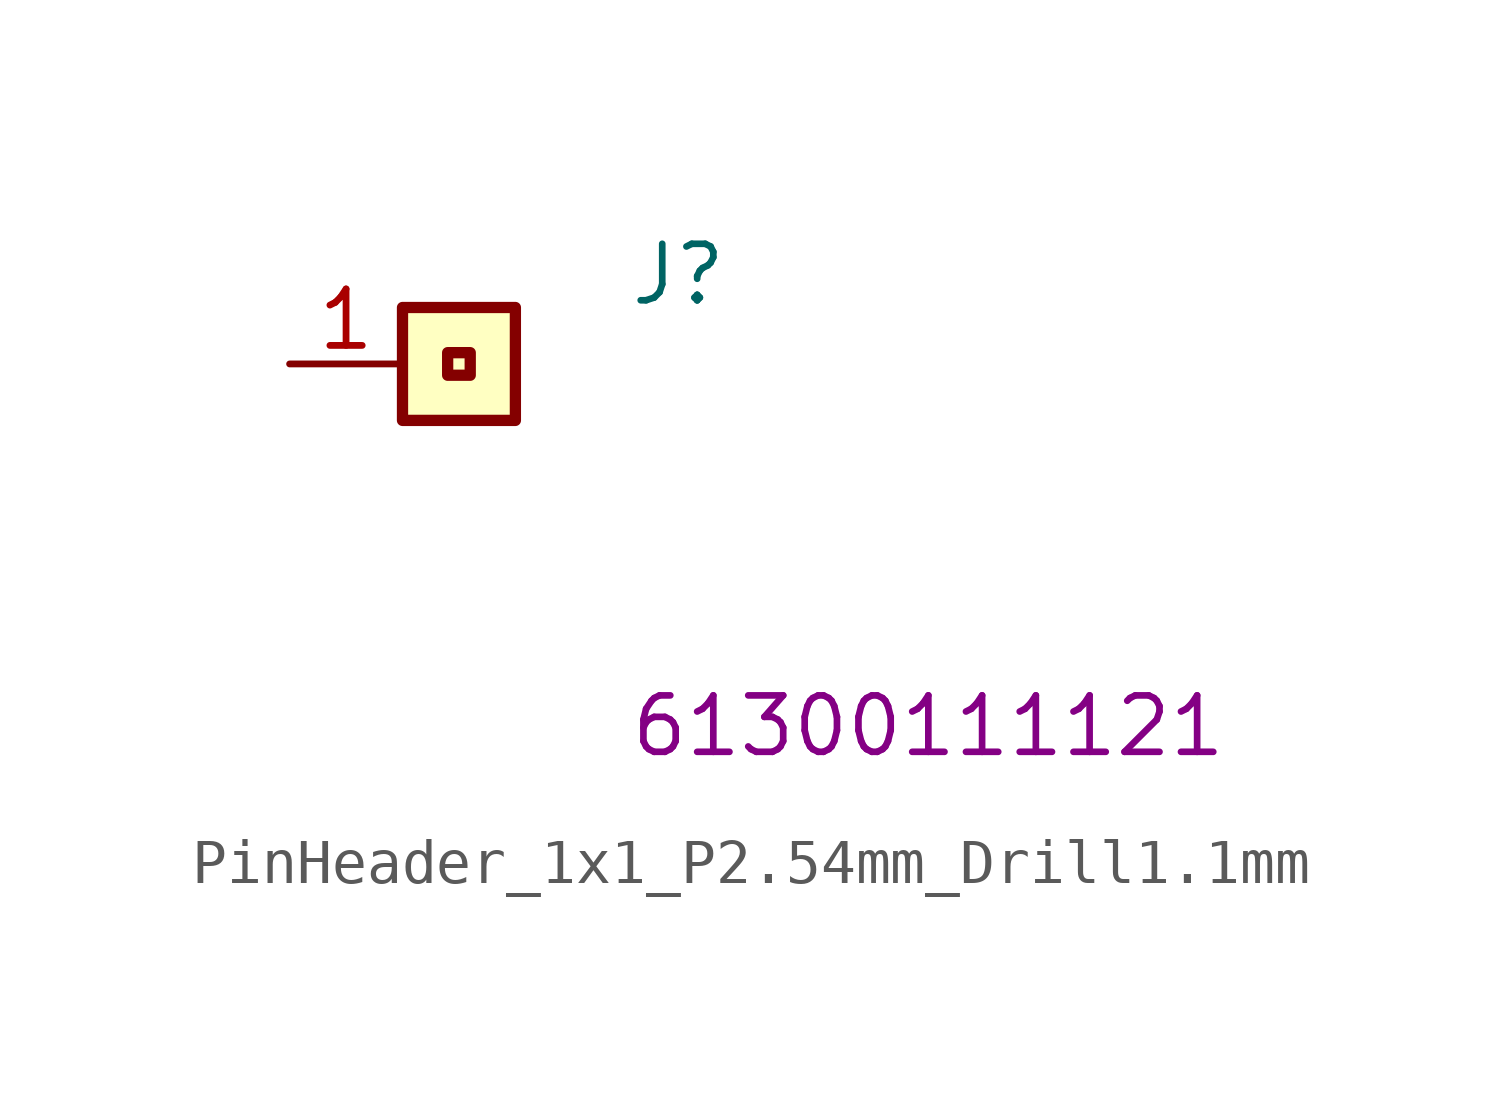
<source format=kicad_sym>
(kicad_symbol_lib
  (version 20211014)
  (generator kicad_symbol_editor)
  (symbol "PinHeader_1x1_P2.54mm_Drill1.1mm"
    (property "Reference" "J"
      (at 7.62 1.27 0)
      (effects (font (size 1.27 1.27) (thickness 0.15)) (justify left bottom)))
    (property "MPN" "61300111121"
      (at 7.62 -8.89 0)
      (effects (font (size 1.27 1.27) (thickness 0.15)) (justify left bottom)))
    (symbol "PinHeader_1x1_P2.54mm_Drill1.1mm_1_1"
      (rectangle (start 2.54 1.27) (end 5.08 -1.27) (stroke (width 0.254) (type default) (color 0 0 0 0)) (fill (type background)))
      (rectangle (start 4.064 -0.254) (end 3.556 0.254) (stroke (width 0.254) (type default) (color 0 0 0 0)) (fill (type background)))
      (pin passive line (at 0 0 0) (length 2.54) (name "~" (effects (font (size 1.27 1.27)))) (number "1" (effects (font (size 1.27 1.27))))))))
</source>
